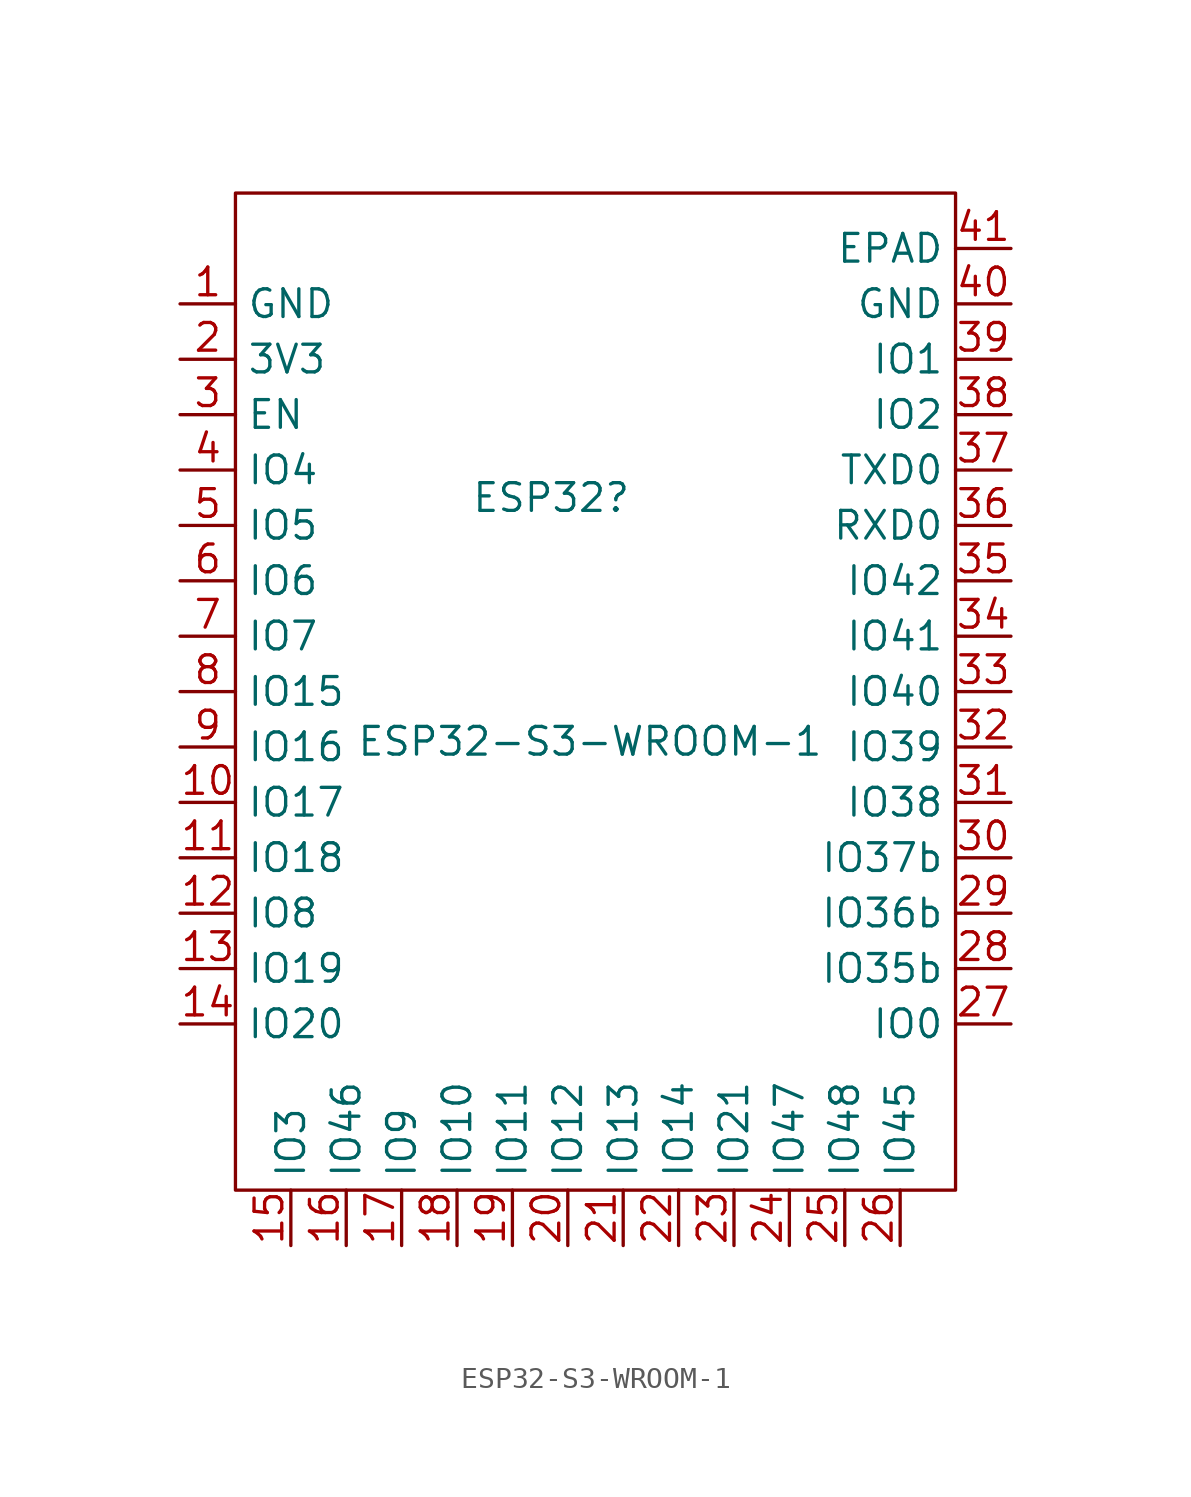
<source format=kicad_sym>
(kicad_symbol_lib
  (version 20211014)
  (generator kicad_symbol_editor)
  (symbol "ESP32-S3-WROOM-1"
    (property "Reference" "ESP32"
      (at -0.762 6.35 0)
      (effects (font (size 1.27 1.27))))
    (property "Value" "ESP32-S3-WROOM-1"
      (at 1.016 -4.826 0)
      (effects (font (size 1.27 1.27))))
    (symbol "ESP32-S3-WROOM-1_0_1"
      (rectangle (start -15.24 20.32) (end 17.78 -25.4) (stroke (width 0) (type default) (color 0 0 0 0)) (fill (type none))))
    (symbol "ESP32-S3-WROOM-1_1_1"
      (pin power_in line (at -17.78 15.24 0) (length 2.54) (name "GND" (effects (font (size 1.27 1.27)))) (number "1" (effects (font (size 1.27 1.27)))))
      (pin tri_state line (at -17.78 -7.62 0) (length 2.54) (name "IO17" (effects (font (size 1.27 1.27)))) (number "10" (effects (font (size 1.27 1.27)))))
      (pin tri_state line (at -17.78 -10.16 0) (length 2.54) (name "IO18" (effects (font (size 1.27 1.27)))) (number "11" (effects (font (size 1.27 1.27)))))
      (pin tri_state line (at -17.78 -12.7 0) (length 2.54) (name "IO8" (effects (font (size 1.27 1.27)))) (number "12" (effects (font (size 1.27 1.27)))))
      (pin tri_state line (at -17.78 -15.24 0) (length 2.54) (name "IO19" (effects (font (size 1.27 1.27)))) (number "13" (effects (font (size 1.27 1.27)))))
      (pin tri_state line (at -17.78 -17.78 0) (length 2.54) (name "IO20" (effects (font (size 1.27 1.27)))) (number "14" (effects (font (size 1.27 1.27)))))
      (pin tri_state line (at -12.7 -27.94 90) (length 2.54) (name "IO3" (effects (font (size 1.27 1.27)))) (number "15" (effects (font (size 1.27 1.27)))))
      (pin tri_state line (at -10.16 -27.94 90) (length 2.54) (name "IO46" (effects (font (size 1.27 1.27)))) (number "16" (effects (font (size 1.27 1.27)))))
      (pin tri_state line (at -7.62 -27.94 90) (length 2.54) (name "IO9" (effects (font (size 1.27 1.27)))) (number "17" (effects (font (size 1.27 1.27)))))
      (pin tri_state line (at -5.08 -27.94 90) (length 2.54) (name "IO10" (effects (font (size 1.27 1.27)))) (number "18" (effects (font (size 1.27 1.27)))))
      (pin tri_state line (at -2.54 -27.94 90) (length 2.54) (name "IO11" (effects (font (size 1.27 1.27)))) (number "19" (effects (font (size 1.27 1.27)))))
      (pin power_in line (at -17.78 12.7 0) (length 2.54) (name "3V3" (effects (font (size 1.27 1.27)))) (number "2" (effects (font (size 1.27 1.27)))))
      (pin tri_state line (at 0 -27.94 90) (length 2.54) (name "IO12" (effects (font (size 1.27 1.27)))) (number "20" (effects (font (size 1.27 1.27)))))
      (pin tri_state line (at 2.54 -27.94 90) (length 2.54) (name "IO13" (effects (font (size 1.27 1.27)))) (number "21" (effects (font (size 1.27 1.27)))))
      (pin tri_state line (at 5.08 -27.94 90) (length 2.54) (name "IO14" (effects (font (size 1.27 1.27)))) (number "22" (effects (font (size 1.27 1.27)))))
      (pin tri_state line (at 7.62 -27.94 90) (length 2.54) (name "IO21" (effects (font (size 1.27 1.27)))) (number "23" (effects (font (size 1.27 1.27)))))
      (pin tri_state line (at 10.16 -27.94 90) (length 2.54) (name "IO47" (effects (font (size 1.27 1.27)))) (number "24" (effects (font (size 1.27 1.27)))))
      (pin tri_state line (at 12.7 -27.94 90) (length 2.54) (name "IO48" (effects (font (size 1.27 1.27)))) (number "25" (effects (font (size 1.27 1.27)))))
      (pin tri_state line (at 15.24 -27.94 90) (length 2.54) (name "IO45" (effects (font (size 1.27 1.27)))) (number "26" (effects (font (size 1.27 1.27)))))
      (pin tri_state line (at 20.32 -17.78 180) (length 2.54) (name "IO0" (effects (font (size 1.27 1.27)))) (number "27" (effects (font (size 1.27 1.27)))))
      (pin tri_state line (at 20.32 -15.24 180) (length 2.54) (name "IO35b" (effects (font (size 1.27 1.27)))) (number "28" (effects (font (size 1.27 1.27)))))
      (pin tri_state line (at 20.32 -12.7 180) (length 2.54) (name "IO36b" (effects (font (size 1.27 1.27)))) (number "29" (effects (font (size 1.27 1.27)))))
      (pin input line (at -17.78 10.16 0) (length 2.54) (name "EN" (effects (font (size 1.27 1.27)))) (number "3" (effects (font (size 1.27 1.27)))))
      (pin tri_state line (at 20.32 -10.16 180) (length 2.54) (name "IO37b" (effects (font (size 1.27 1.27)))) (number "30" (effects (font (size 1.27 1.27)))))
      (pin tri_state line (at 20.32 -7.62 180) (length 2.54) (name "IO38" (effects (font (size 1.27 1.27)))) (number "31" (effects (font (size 1.27 1.27)))))
      (pin tri_state line (at 20.32 -5.08 180) (length 2.54) (name "IO39" (effects (font (size 1.27 1.27)))) (number "32" (effects (font (size 1.27 1.27)))))
      (pin tri_state line (at 20.32 -2.54 180) (length 2.54) (name "IO40" (effects (font (size 1.27 1.27)))) (number "33" (effects (font (size 1.27 1.27)))))
      (pin tri_state line (at 20.32 0 180) (length 2.54) (name "IO41" (effects (font (size 1.27 1.27)))) (number "34" (effects (font (size 1.27 1.27)))))
      (pin tri_state line (at 20.32 2.54 180) (length 2.54) (name "IO42" (effects (font (size 1.27 1.27)))) (number "35" (effects (font (size 1.27 1.27)))))
      (pin tri_state line (at 20.32 5.08 180) (length 2.54) (name "RXD0" (effects (font (size 1.27 1.27)))) (number "36" (effects (font (size 1.27 1.27)))))
      (pin tri_state line (at 20.32 7.62 180) (length 2.54) (name "TXD0" (effects (font (size 1.27 1.27)))) (number "37" (effects (font (size 1.27 1.27)))))
      (pin tri_state line (at 20.32 10.16 180) (length 2.54) (name "IO2" (effects (font (size 1.27 1.27)))) (number "38" (effects (font (size 1.27 1.27)))))
      (pin tri_state line (at 20.32 12.7 180) (length 2.54) (name "IO1" (effects (font (size 1.27 1.27)))) (number "39" (effects (font (size 1.27 1.27)))))
      (pin tri_state line (at -17.78 7.62 0) (length 2.54) (name "IO4" (effects (font (size 1.27 1.27)))) (number "4" (effects (font (size 1.27 1.27)))))
      (pin power_in line (at 20.32 15.24 180) (length 2.54) (name "GND" (effects (font (size 1.27 1.27)))) (number "40" (effects (font (size 1.27 1.27)))))
      (pin power_in line (at 20.32 17.78 180) (length 2.54) (name "EPAD" (effects (font (size 1.27 1.27)))) (number "41" (effects (font (size 1.27 1.27)))))
      (pin tri_state line (at -17.78 5.08 0) (length 2.54) (name "IO5" (effects (font (size 1.27 1.27)))) (number "5" (effects (font (size 1.27 1.27)))))
      (pin tri_state line (at -17.78 2.54 0) (length 2.54) (name "IO6" (effects (font (size 1.27 1.27)))) (number "6" (effects (font (size 1.27 1.27)))))
      (pin tri_state line (at -17.78 0 0) (length 2.54) (name "IO7" (effects (font (size 1.27 1.27)))) (number "7" (effects (font (size 1.27 1.27)))))
      (pin tri_state line (at -17.78 -2.54 0) (length 2.54) (name "IO15" (effects (font (size 1.27 1.27)))) (number "8" (effects (font (size 1.27 1.27)))))
      (pin tri_state line (at -17.78 -5.08 0) (length 2.54) (name "IO16" (effects (font (size 1.27 1.27)))) (number "9" (effects (font (size 1.27 1.27))))))))
</source>
